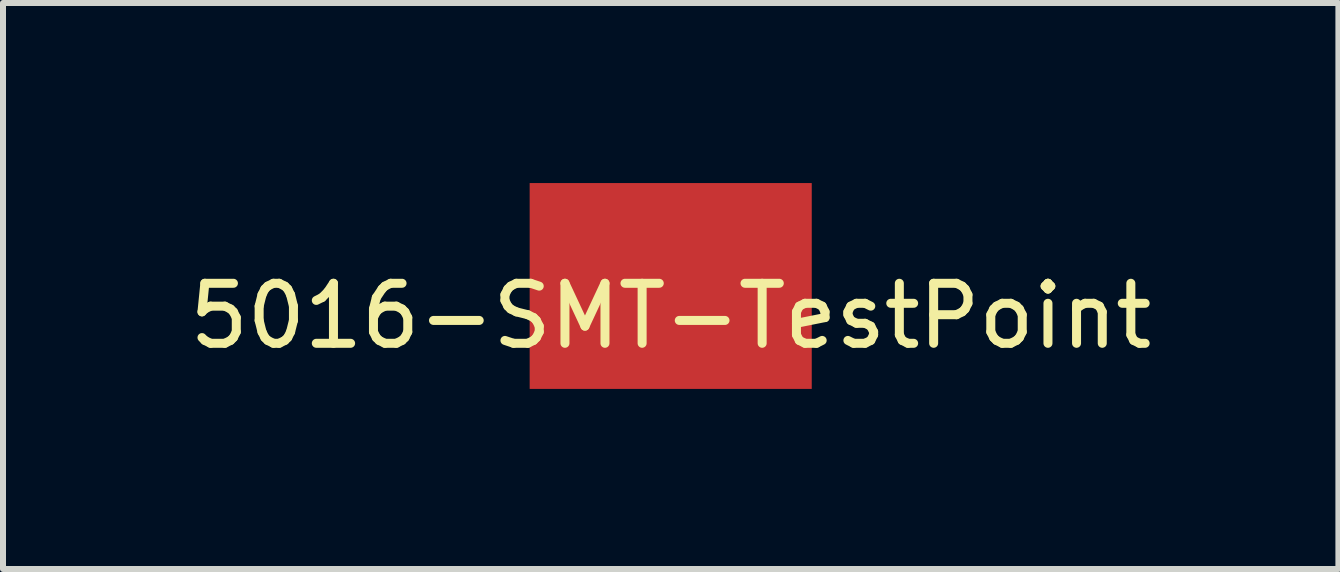
<source format=kicad_pcb>
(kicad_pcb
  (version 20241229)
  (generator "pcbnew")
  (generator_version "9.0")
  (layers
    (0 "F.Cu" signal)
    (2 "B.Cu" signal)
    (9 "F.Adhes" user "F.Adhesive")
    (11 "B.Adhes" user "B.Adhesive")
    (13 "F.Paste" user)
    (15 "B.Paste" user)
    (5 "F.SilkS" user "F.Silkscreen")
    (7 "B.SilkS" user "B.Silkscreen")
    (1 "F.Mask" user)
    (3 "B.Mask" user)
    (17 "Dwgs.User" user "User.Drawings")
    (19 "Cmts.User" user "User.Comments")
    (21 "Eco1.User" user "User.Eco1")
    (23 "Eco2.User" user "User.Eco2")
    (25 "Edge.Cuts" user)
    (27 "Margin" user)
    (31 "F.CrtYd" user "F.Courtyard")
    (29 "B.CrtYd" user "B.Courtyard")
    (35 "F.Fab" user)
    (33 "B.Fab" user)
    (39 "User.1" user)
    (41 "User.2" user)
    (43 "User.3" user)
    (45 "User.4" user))
  (footprint "5016-SMT-TestPoint"
    (layer "F.Cu")
    (at 8.125 1.715)
    (property "Reference" "5016-SMT-TestPoint" (at 0 0.5 0) (layer "F.SilkS") (effects (font (size 1 1) (thickness 0.15))))
    (attr through_hole)
    (pad "1" smd rect (at 0 0) (size 4.7 3.43) (layers "F.Cu" "F.Mask" "F.Paste")))
  (gr_rect
    (start -3 -3)
    (end 19.25 6.43)
    (stroke (width 0.1) (type default))
    (fill no)
    (layer "Edge.Cuts")))
</source>
